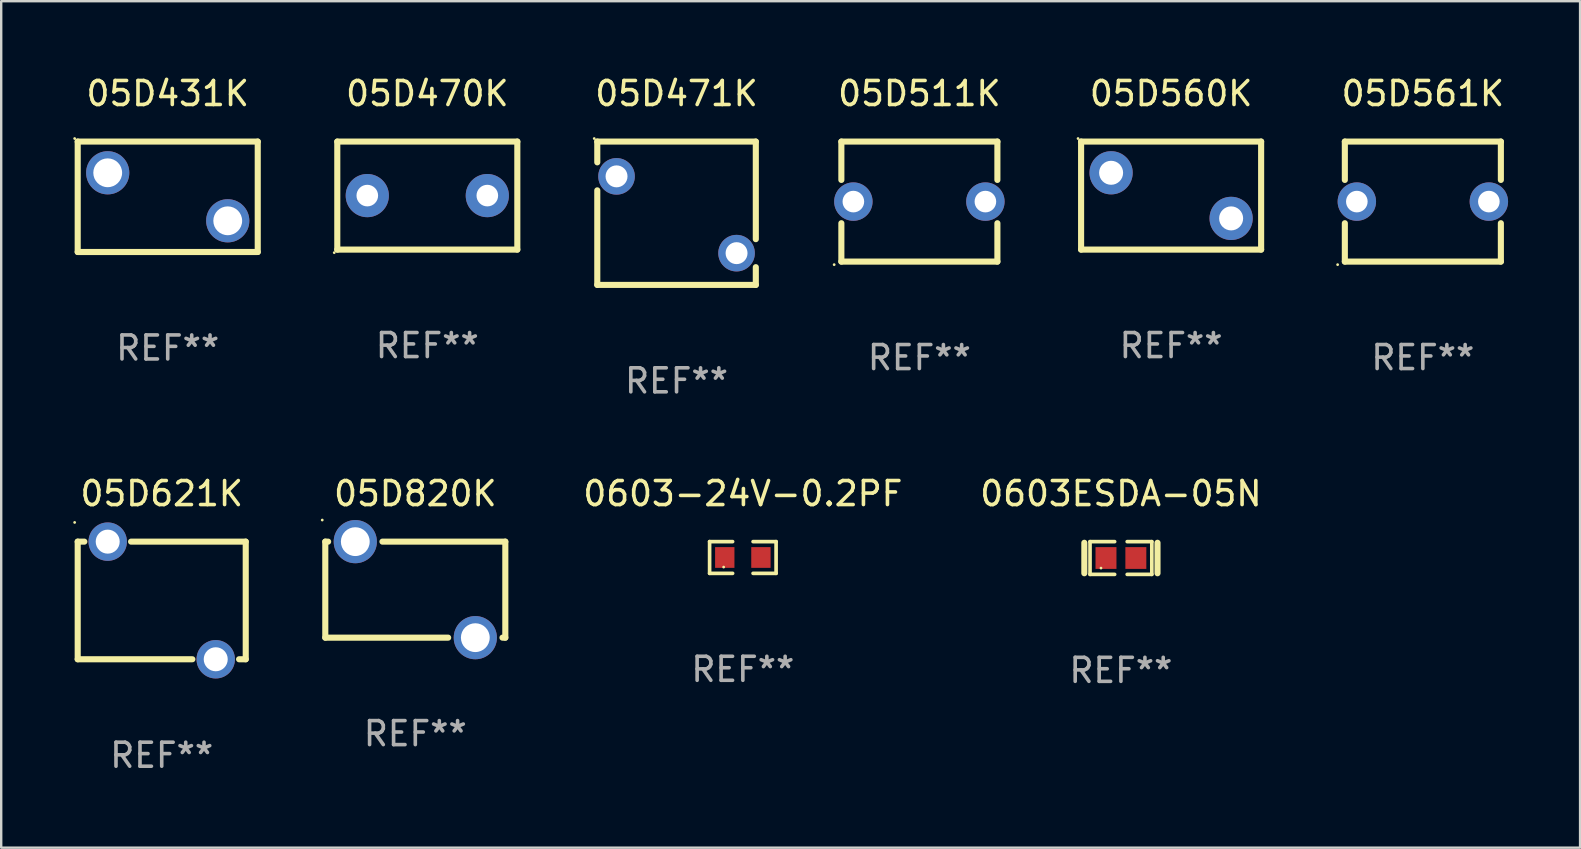
<source format=kicad_pcb>
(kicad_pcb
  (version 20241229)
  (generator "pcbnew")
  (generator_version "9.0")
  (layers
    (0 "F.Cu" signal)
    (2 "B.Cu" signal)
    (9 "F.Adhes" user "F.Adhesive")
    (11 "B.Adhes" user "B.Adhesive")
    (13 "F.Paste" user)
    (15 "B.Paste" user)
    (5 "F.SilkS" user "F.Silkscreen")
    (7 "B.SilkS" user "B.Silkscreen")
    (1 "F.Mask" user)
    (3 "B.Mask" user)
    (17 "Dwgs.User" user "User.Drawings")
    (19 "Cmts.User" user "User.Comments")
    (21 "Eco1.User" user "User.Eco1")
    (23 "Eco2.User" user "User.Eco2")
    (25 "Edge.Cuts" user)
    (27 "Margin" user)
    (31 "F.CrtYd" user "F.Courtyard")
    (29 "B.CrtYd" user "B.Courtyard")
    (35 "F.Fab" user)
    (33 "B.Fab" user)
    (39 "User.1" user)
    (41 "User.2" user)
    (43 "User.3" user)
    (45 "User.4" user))
  (footprint "05D431K"
    (layer "F.Cu")
    (at 3.937 5.148)
    (property "Reference" "05D431K" (at 0 -4.3 0) (layer "F.SilkS") (effects (font (size 1 1) (thickness 0.15))))
    (attr through_hole)
    (fp_line (start -3.75 -2.3) (end 3.75 -2.3) (stroke (width 0.254) (type solid)) (layer "F.SilkS"))
    (fp_line (start -3.75 2.3) (end -3.75 -2.3) (stroke (width 0.254) (type solid)) (layer "F.SilkS"))
    (fp_line (start 3.75 -2.3) (end 3.75 2.3) (stroke (width 0.254) (type solid)) (layer "F.SilkS"))
    (fp_line (start 3.75 2.3) (end -3.75 2.3) (stroke (width 0.254) (type solid)) (layer "F.SilkS"))
    (fp_circle (center -3.877 -2.427) (end -3.847 -2.427) (stroke (width 0.06) (type solid)) (fill no) (layer "F.SilkS"))
    (fp_text user "REF**" (at 0 6.3 0) (layer "F.Fab") (effects (font (size 1 1) (thickness 0.15))))
    (pad "1" thru_hole circle (at -2.5 -1) (size 1.8 1.8) (drill 1.2) (layers "*.Cu" "*.Mask"))
    (pad "2" thru_hole circle (at 2.5 1) (size 1.8 1.8) (drill 1.2) (layers "*.Cu" "*.Mask")))
  (footprint "05D621K"
    (layer "F.Cu")
    (at 3.687 21.964)
    (property "Reference" "05D621K" (at 0 -4.45 0) (layer "F.SilkS") (effects (font (size 1 1) (thickness 0.15))))
    (attr through_hole)
    (fp_line (start -3.5 -2.45) (end -3.223 -2.45) (stroke (width 0.254) (type solid)) (layer "F.SilkS"))
    (fp_line (start -3.5 2.45) (end -3.5 -2.45) (stroke (width 0.254) (type solid)) (layer "F.SilkS"))
    (fp_line (start -3.5 2.45) (end 1.277 2.45) (stroke (width 0.254) (type solid)) (layer "F.SilkS"))
    (fp_line (start -1.277 -2.45) (end 3.5 -2.45) (stroke (width 0.254) (type solid)) (layer "F.SilkS"))
    (fp_line (start 3.223 2.45) (end 3.5 2.45) (stroke (width 0.254) (type solid)) (layer "F.SilkS"))
    (fp_line (start 3.5 -2.45) (end 3.5 2.45) (stroke (width 0.254) (type solid)) (layer "F.SilkS"))
    (fp_circle (center -3.627 -3.25) (end -3.597 -3.25) (stroke (width 0.06) (type solid)) (fill no) (layer "F.SilkS"))
    (fp_text user "REF**" (at 0 6.45 0) (layer "F.Fab") (effects (font (size 1 1) (thickness 0.15))))
    (pad "1" thru_hole circle (at -2.25 -2.45) (size 1.6 1.6) (drill 1) (layers "*.Cu" "*.Mask"))
    (pad "2" thru_hole circle (at 2.25 2.45) (size 1.6 1.6) (drill 1) (layers "*.Cu" "*.Mask")))
  (footprint "0603ESDA-05N"
    (layer "F.Cu")
    (at 43.646 20.196)
    (property "Reference" "0603ESDA-05N" (at 0 -2.682 0) (layer "F.SilkS") (effects (font (size 1 1) (thickness 0.15))))
    (attr through_hole)
    (fp_line (start -1.524 -0.635) (end -1.524 0.635) (stroke (width 0.254) (type solid)) (layer "F.SilkS"))
    (fp_line (start -1.287 -0.682) (end -0.261 -0.682) (stroke (width 0.152) (type solid)) (layer "F.SilkS"))
    (fp_line (start -1.287 0.682) (end -1.287 -0.682) (stroke (width 0.152) (type solid)) (layer "F.SilkS"))
    (fp_line (start -0.261 0.682) (end -1.287 0.682) (stroke (width 0.152) (type solid)) (layer "F.SilkS"))
    (fp_line (start 0.261 0.682) (end 1.287 0.682) (stroke (width 0.152) (type solid)) (layer "F.SilkS"))
    (fp_line (start 1.287 -0.682) (end 0.261 -0.682) (stroke (width 0.152) (type solid)) (layer "F.SilkS"))
    (fp_line (start 1.287 0.682) (end 1.287 -0.682) (stroke (width 0.152) (type solid)) (layer "F.SilkS"))
    (fp_line (start 1.524 -0.635) (end 1.524 0.635) (stroke (width 0.254) (type solid)) (layer "F.SilkS"))
    (fp_circle (center -0.83 0.42) (end -0.8 0.42) (stroke (width 0.06) (type solid)) (fill no) (layer "F.SilkS"))
    (fp_text user "REF**" (at 0 4.682 0) (layer "F.Fab") (effects (font (size 1 1) (thickness 0.15))))
    (pad "1" smd rect (at -0.622 0) (size 0.873 0.907) (layers "F.Cu" "F.Mask" "F.Paste"))
    (pad "2" smd rect (at 0.622 0) (size 0.873 0.907) (layers "F.Cu" "F.Mask" "F.Paste")))
  (footprint "05D561K"
    (layer "F.Cu")
    (at 56.224 5.348)
    (property "Reference" "05D561K" (at 0 -4.5 0) (layer "F.SilkS") (effects (font (size 1 1) (thickness 0.15))))
    (attr through_hole)
    (fp_line (start -3.25 -2.5) (end -3.25 -0.902) (stroke (width 0.254) (type solid)) (layer "F.SilkS"))
    (fp_line (start -3.25 -2.5) (end 3.25 -2.5) (stroke (width 0.254) (type solid)) (layer "F.SilkS"))
    (fp_line (start -3.25 0.901) (end -3.25 2.5) (stroke (width 0.254) (type solid)) (layer "F.SilkS"))
    (fp_line (start 3.25 -0.902) (end 3.25 -2.5) (stroke (width 0.254) (type solid)) (layer "F.SilkS"))
    (fp_line (start 3.25 2.5) (end -3.25 2.5) (stroke (width 0.254) (type solid)) (layer "F.SilkS"))
    (fp_line (start 3.25 2.5) (end 3.25 0.901) (stroke (width 0.254) (type solid)) (layer "F.SilkS"))
    (fp_circle (center -3.55 2.627) (end -3.52 2.627) (stroke (width 0.06) (type solid)) (fill no) (layer "F.SilkS"))
    (fp_text user "REF**" (at 0 6.5 0) (layer "F.Fab") (effects (font (size 1 1) (thickness 0.15))))
    (pad "1" thru_hole circle (at -2.75 -0.000127) (size 1.6 1.6) (drill 0.9) (layers "*.Cu" "*.Mask"))
    (pad "2" thru_hole circle (at 2.75 -0.000127) (size 1.6 1.6) (drill 0.9) (layers "*.Cu" "*.Mask")))
  (footprint "05D820K"
    (layer "F.Cu")
    (at 14.251 21.514)
    (property "Reference" "05D820K" (at 0 -4 0) (layer "F.SilkS") (effects (font (size 1 1) (thickness 0.15))))
    (attr through_hole)
    (fp_line (start -3.75 -2) (end -3.631 -2) (stroke (width 0.254) (type solid)) (layer "F.SilkS"))
    (fp_line (start -3.75 2) (end -3.75 -2) (stroke (width 0.254) (type solid)) (layer "F.SilkS"))
    (fp_line (start -1.369 -2) (end 3.75 -2) (stroke (width 0.254) (type solid)) (layer "F.SilkS"))
    (fp_line (start 1.369 2) (end -3.75 2) (stroke (width 0.254) (type solid)) (layer "F.SilkS"))
    (fp_line (start 3.75 -2) (end 3.75 2) (stroke (width 0.254) (type solid)) (layer "F.SilkS"))
    (fp_line (start 3.75 2) (end 3.631 2) (stroke (width 0.254) (type solid)) (layer "F.SilkS"))
    (fp_circle (center -3.877 -2.9) (end -3.847 -2.9) (stroke (width 0.06) (type solid)) (fill no) (layer "F.SilkS"))
    (fp_text user "REF**" (at 0 6 0) (layer "F.Fab") (effects (font (size 1 1) (thickness 0.15))))
    (pad "1" thru_hole circle (at -2.5 -2) (size 1.8 1.8) (drill 1.2) (layers "*.Cu" "*.Mask"))
    (pad "2" thru_hole circle (at 2.5 2) (size 1.8 1.8) (drill 1.2) (layers "*.Cu" "*.Mask")))
  (footprint "05D471K"
    (layer "F.Cu")
    (at 25.134 5.833)
    (property "Reference" "05D471K" (at 0 -4.985 0) (layer "F.SilkS") (effects (font (size 1 1) (thickness 0.15))))
    (attr through_hole)
    (fp_line (start -3.302 -2.985) (end 3.302 -2.985) (stroke (width 0.254) (type solid)) (layer "F.SilkS"))
    (fp_line (start -3.302 -2.12) (end -3.302 -2.985) (stroke (width 0.254) (type solid)) (layer "F.SilkS"))
    (fp_line (start -3.302 2.985) (end -3.302 -0.953) (stroke (width 0.254) (type solid)) (layer "F.SilkS"))
    (fp_line (start 3.302 -2.985) (end 3.302 1.08) (stroke (width 0.254) (type solid)) (layer "F.SilkS"))
    (fp_line (start 3.302 2.247) (end 3.302 2.985) (stroke (width 0.254) (type solid)) (layer "F.SilkS"))
    (fp_line (start 3.302 2.985) (end -3.302 2.985) (stroke (width 0.254) (type solid)) (layer "F.SilkS"))
    (fp_circle (center -3.429 -3.112) (end -3.399 -3.112) (stroke (width 0.06) (type solid)) (fill no) (layer "F.SilkS"))
    (fp_text user "REF**" (at 0 6.985 0) (layer "F.Fab") (effects (font (size 1 1) (thickness 0.15))))
    (pad "1" thru_hole circle (at -2.5 -1.536) (size 1.524 1.524) (drill 0.914) (layers "*.Cu" "*.Mask"))
    (pad "2" thru_hole circle (at 2.5 1.663) (size 1.524 1.524) (drill 0.914) (layers "*.Cu" "*.Mask")))
  (footprint "05D560K"
    (layer "F.Cu")
    (at 45.737 5.098)
    (property "Reference" "05D560K" (at 0 -4.25 0) (layer "F.SilkS") (effects (font (size 1 1) (thickness 0.15))))
    (attr through_hole)
    (fp_line (start -3.75 -2.25) (end -3.75 2.25) (stroke (width 0.254) (type solid)) (layer "F.SilkS"))
    (fp_line (start -3.75 -2.25) (end 3.75 -2.25) (stroke (width 0.254) (type solid)) (layer "F.SilkS"))
    (fp_line (start -3.75 2.25) (end 3.75 2.25) (stroke (width 0.254) (type solid)) (layer "F.SilkS"))
    (fp_line (start 3.75 -2.25) (end 3.75 2.25) (stroke (width 0.254) (type solid)) (layer "F.SilkS"))
    (fp_circle (center -3.877 -2.377) (end -3.847 -2.377) (stroke (width 0.06) (type solid)) (fill no) (layer "F.SilkS"))
    (fp_text user "REF**" (at 0 6.25 0) (layer "F.Fab") (effects (font (size 1 1) (thickness 0.15))))
    (pad "1" thru_hole circle (at -2.5 -0.95) (size 1.8 1.8) (drill 1) (layers "*.Cu" "*.Mask"))
    (pad "2" thru_hole circle (at 2.5 0.95) (size 1.8 1.8) (drill 1) (layers "*.Cu" "*.Mask")))
  (footprint "0603-24V-0.2PF"
    (layer "F.Cu")
    (at 27.896 20.174)
    (property "Reference" "0603-24V-0.2PF" (at 0 -2.661 0) (layer "F.SilkS") (effects (font (size 1 1) (thickness 0.15))))
    (attr through_hole)
    (fp_line (start -1.385 -0.661) (end -0.426 -0.661) (stroke (width 0.152) (type solid)) (layer "F.SilkS"))
    (fp_line (start -1.385 0.661) (end -1.385 -0.661) (stroke (width 0.152) (type solid)) (layer "F.SilkS"))
    (fp_line (start -0.426 0.661) (end -1.385 0.661) (stroke (width 0.152) (type solid)) (layer "F.SilkS"))
    (fp_line (start 0.426 0.661) (end 1.385 0.661) (stroke (width 0.152) (type solid)) (layer "F.SilkS"))
    (fp_line (start 1.385 -0.661) (end 0.426 -0.661) (stroke (width 0.152) (type solid)) (layer "F.SilkS"))
    (fp_line (start 1.385 0.661) (end 1.385 -0.661) (stroke (width 0.152) (type solid)) (layer "F.SilkS"))
    (fp_circle (center -0.8 0.4) (end -0.77 0.4) (stroke (width 0.06) (type solid)) (fill no) (layer "F.SilkS"))
    (fp_text user "REF**" (at 0 4.661 0) (layer "F.Fab") (effects (font (size 1 1) (thickness 0.15))))
    (pad "1" smd rect (at -0.753 0) (size 0.806 0.864) (layers "F.Cu" "F.Mask" "F.Paste"))
    (pad "2" smd rect (at 0.753 0) (size 0.806 0.864) (layers "F.Cu" "F.Mask" "F.Paste")))
  (footprint "05D470K"
    (layer "F.Cu")
    (at 14.751 5.098)
    (property "Reference" "05D470K" (at 0 -4.25 0) (layer "F.SilkS") (effects (font (size 1 1) (thickness 0.15))))
    (attr through_hole)
    (fp_line (start -3.75 -2.25) (end -3.75 2.25) (stroke (width 0.254) (type solid)) (layer "F.SilkS"))
    (fp_line (start -3.75 -2.25) (end 3.75 -2.25) (stroke (width 0.254) (type solid)) (layer "F.SilkS"))
    (fp_line (start -3.75 2.25) (end 3.75 2.25) (stroke (width 0.254) (type solid)) (layer "F.SilkS"))
    (fp_line (start 3.75 -2.25) (end 3.75 2.25) (stroke (width 0.254) (type solid)) (layer "F.SilkS"))
    (fp_circle (center -3.877 2.377) (end -3.847 2.377) (stroke (width 0.06) (type solid)) (fill no) (layer "F.SilkS"))
    (fp_text user "REF**" (at 0 6.25 0) (layer "F.Fab") (effects (font (size 1 1) (thickness 0.15))))
    (pad "1" thru_hole circle (at -2.5 0) (size 1.8 1.8) (drill 0.9) (layers "*.Cu" "*.Mask"))
    (pad "2" thru_hole circle (at 2.5 0) (size 1.8 1.8) (drill 0.9) (layers "*.Cu" "*.Mask")))
  (footprint "05D511K"
    (layer "F.Cu")
    (at 35.25 5.348)
    (property "Reference" "05D511K" (at 0 -4.5 0) (layer "F.SilkS") (effects (font (size 1 1) (thickness 0.15))))
    (attr through_hole)
    (fp_line (start -3.25 -2.5) (end -3.25 -0.902) (stroke (width 0.254) (type solid)) (layer "F.SilkS"))
    (fp_line (start -3.25 -2.5) (end 3.25 -2.5) (stroke (width 0.254) (type solid)) (layer "F.SilkS"))
    (fp_line (start -3.25 0.901) (end -3.25 2.5) (stroke (width 0.254) (type solid)) (layer "F.SilkS"))
    (fp_line (start 3.25 -0.902) (end 3.25 -2.5) (stroke (width 0.254) (type solid)) (layer "F.SilkS"))
    (fp_line (start 3.25 2.5) (end -3.25 2.5) (stroke (width 0.254) (type solid)) (layer "F.SilkS"))
    (fp_line (start 3.25 2.5) (end 3.25 0.901) (stroke (width 0.254) (type solid)) (layer "F.SilkS"))
    (fp_circle (center -3.55 2.627) (end -3.52 2.627) (stroke (width 0.06) (type solid)) (fill no) (layer "F.SilkS"))
    (fp_text user "REF**" (at 0 6.5 0) (layer "F.Fab") (effects (font (size 1 1) (thickness 0.15))))
    (pad "1" thru_hole circle (at -2.75 -0.000127) (size 1.6 1.6) (drill 0.9) (layers "*.Cu" "*.Mask"))
    (pad "2" thru_hole circle (at 2.75 -0.000127) (size 1.6 1.6) (drill 0.9) (layers "*.Cu" "*.Mask")))
  (gr_rect
    (start -3 -3)
    (end 62.774 32.262)
    (stroke (width 0.1) (type default))
    (fill no)
    (layer "Edge.Cuts")))
</source>
